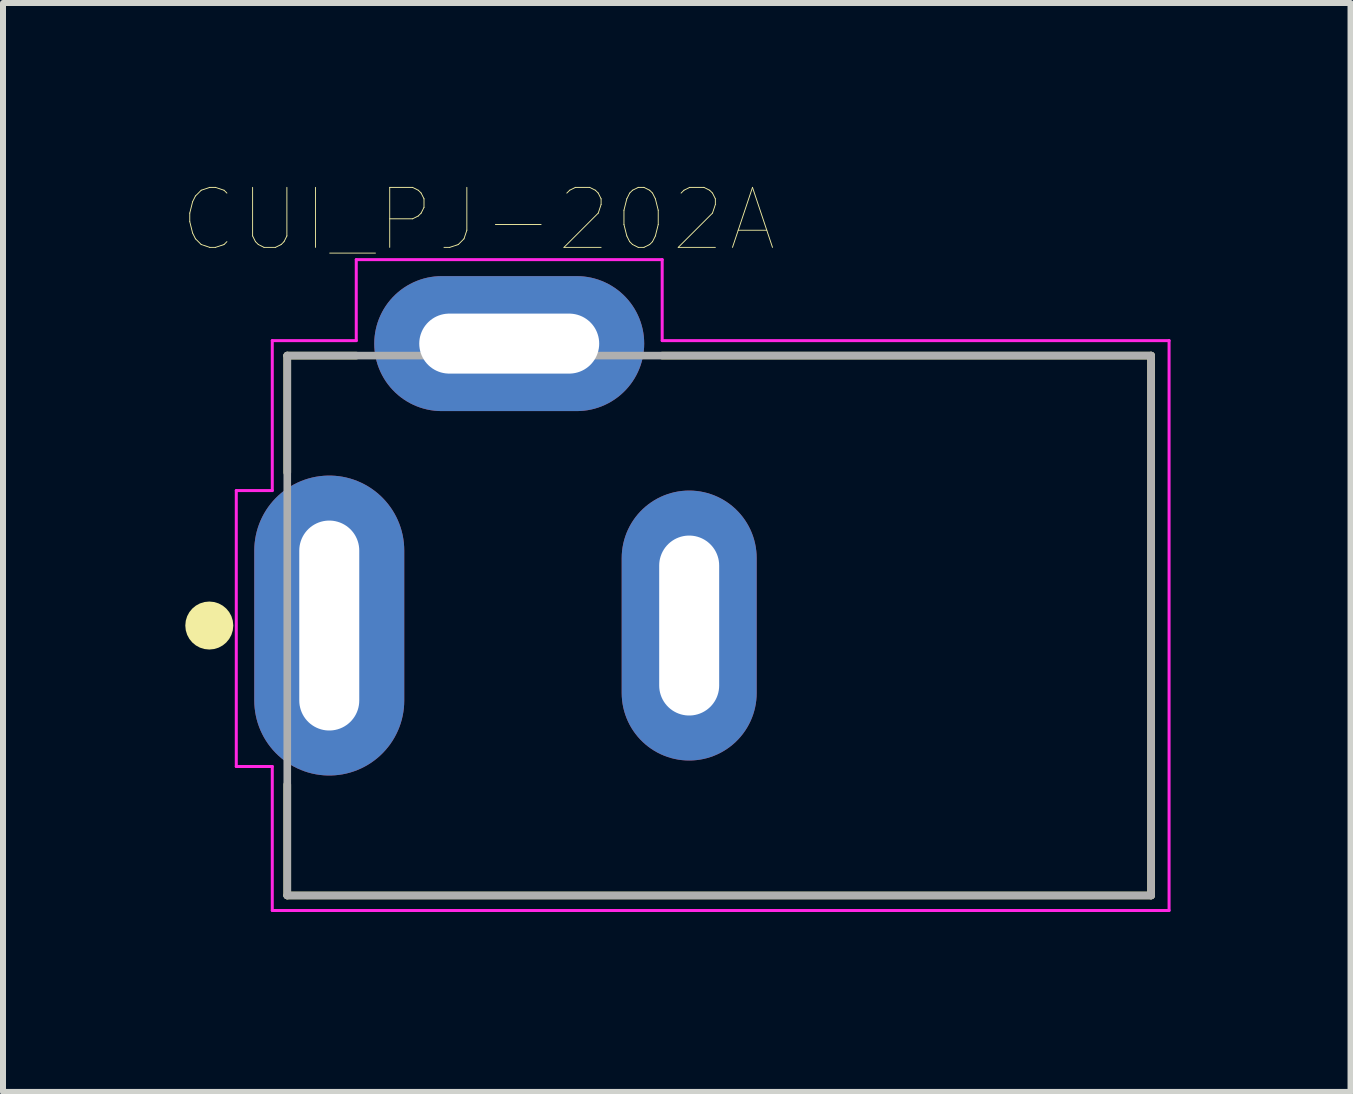
<source format=kicad_pcb>
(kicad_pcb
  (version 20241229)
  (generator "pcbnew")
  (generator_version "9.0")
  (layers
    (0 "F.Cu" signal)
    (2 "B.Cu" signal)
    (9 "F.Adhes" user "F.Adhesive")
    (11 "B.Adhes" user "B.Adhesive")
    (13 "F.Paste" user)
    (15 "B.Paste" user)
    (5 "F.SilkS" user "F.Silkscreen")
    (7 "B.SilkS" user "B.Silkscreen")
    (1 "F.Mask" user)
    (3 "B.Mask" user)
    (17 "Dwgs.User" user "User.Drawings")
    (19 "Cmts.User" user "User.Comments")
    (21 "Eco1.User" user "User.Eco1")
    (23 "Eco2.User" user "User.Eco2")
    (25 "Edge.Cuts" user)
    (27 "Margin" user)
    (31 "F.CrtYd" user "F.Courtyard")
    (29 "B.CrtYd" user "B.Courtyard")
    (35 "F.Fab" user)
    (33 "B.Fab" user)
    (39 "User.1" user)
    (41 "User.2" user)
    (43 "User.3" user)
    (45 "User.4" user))
  (footprint "CUI_PJ-202A"
    (layer "F.Cu")
    (at 8.939 7.378)
    (property "Reference" "CUI_PJ-202A" (at -4.016 -6.766 0) (layer "F.SilkS") (effects (font (size 1 1) (thickness 0.015))))
    (attr through_hole)
    (fp_line (start -7.2 -4.5) (end -6.05 -4.5) (stroke (width 0.127) (type solid)) (layer "F.SilkS"))
    (fp_line (start -7.2 -2.55) (end -7.2 -4.5) (stroke (width 0.127) (type solid)) (layer "F.SilkS"))
    (fp_line (start -7.2 4.5) (end -7.2 2.65) (stroke (width 0.127) (type solid)) (layer "F.SilkS"))
    (fp_line (start -0.95 -4.5) (end 7.2 -4.5) (stroke (width 0.127) (type solid)) (layer "F.SilkS"))
    (fp_line (start 7.2 -4.5) (end 7.2 4.5) (stroke (width 0.127) (type solid)) (layer "F.SilkS"))
    (fp_line (start 7.2 4.5) (end -7.2 4.5) (stroke (width 0.127) (type solid)) (layer "F.SilkS"))
    (fp_circle (center -8.5 0) (end -8.3 0) (stroke (width 0.4) (type solid)) (fill no) (layer "F.SilkS"))
    (fp_line (start -8.05 -2.25) (end -8.05 2.35) (stroke (width 0.05) (type solid)) (layer "F.CrtYd"))
    (fp_line (start -8.05 2.35) (end -7.45 2.35) (stroke (width 0.05) (type solid)) (layer "F.CrtYd"))
    (fp_line (start -7.45 -4.75) (end -6.05 -4.75) (stroke (width 0.05) (type solid)) (layer "F.CrtYd"))
    (fp_line (start -7.45 -2.25) (end -8.05 -2.25) (stroke (width 0.05) (type solid)) (layer "F.CrtYd"))
    (fp_line (start -7.45 -2.25) (end -7.45 -4.75) (stroke (width 0.05) (type solid)) (layer "F.CrtYd"))
    (fp_line (start -7.45 4.75) (end -7.45 2.35) (stroke (width 0.05) (type solid)) (layer "F.CrtYd"))
    (fp_line (start -6.05 -6.1) (end -0.95 -6.1) (stroke (width 0.05) (type solid)) (layer "F.CrtYd"))
    (fp_line (start -6.05 -4.75) (end -6.05 -6.1) (stroke (width 0.05) (type solid)) (layer "F.CrtYd"))
    (fp_line (start -0.95 -6.1) (end -0.95 -4.75) (stroke (width 0.05) (type solid)) (layer "F.CrtYd"))
    (fp_line (start -0.95 -4.75) (end 7.5 -4.75) (stroke (width 0.05) (type solid)) (layer "F.CrtYd"))
    (fp_line (start 7.5 -4.75) (end 7.5 4.75) (stroke (width 0.05) (type solid)) (layer "F.CrtYd"))
    (fp_line (start 7.5 4.75) (end -7.45 4.75) (stroke (width 0.05) (type solid)) (layer "F.CrtYd"))
    (fp_line (start -7.2 -4.5) (end 7.2 -4.5) (stroke (width 0.127) (type solid)) (layer "F.Fab"))
    (fp_line (start -7.2 4.5) (end -7.2 -4.5) (stroke (width 0.127) (type solid)) (layer "F.Fab"))
    (fp_line (start 7.2 -4.5) (end 7.2 4.5) (stroke (width 0.127) (type solid)) (layer "F.Fab"))
    (fp_line (start 7.2 4.5) (end -7.2 4.5) (stroke (width 0.127) (type solid)) (layer "F.Fab"))
    (pad "1" thru_hole oval (at -6.5 0) (size 2.5 5) (drill oval 1 3.5) (layers "*.Cu" "*.Mask"))
    (pad "2" thru_hole oval (at -0.5 0) (size 2.25 4.5) (drill oval 1 3) (layers "*.Cu" "*.Mask"))
    (pad "3" thru_hole oval (at -3.5 -4.7) (size 4.5 2.25) (drill oval 3 1) (layers "*.Cu" "*.Mask")))
  (gr_rect
    (start -3 -3)
    (end 19.464 15.153)
    (stroke (width 0.1) (type default))
    (fill no)
    (layer "Edge.Cuts")))
</source>
